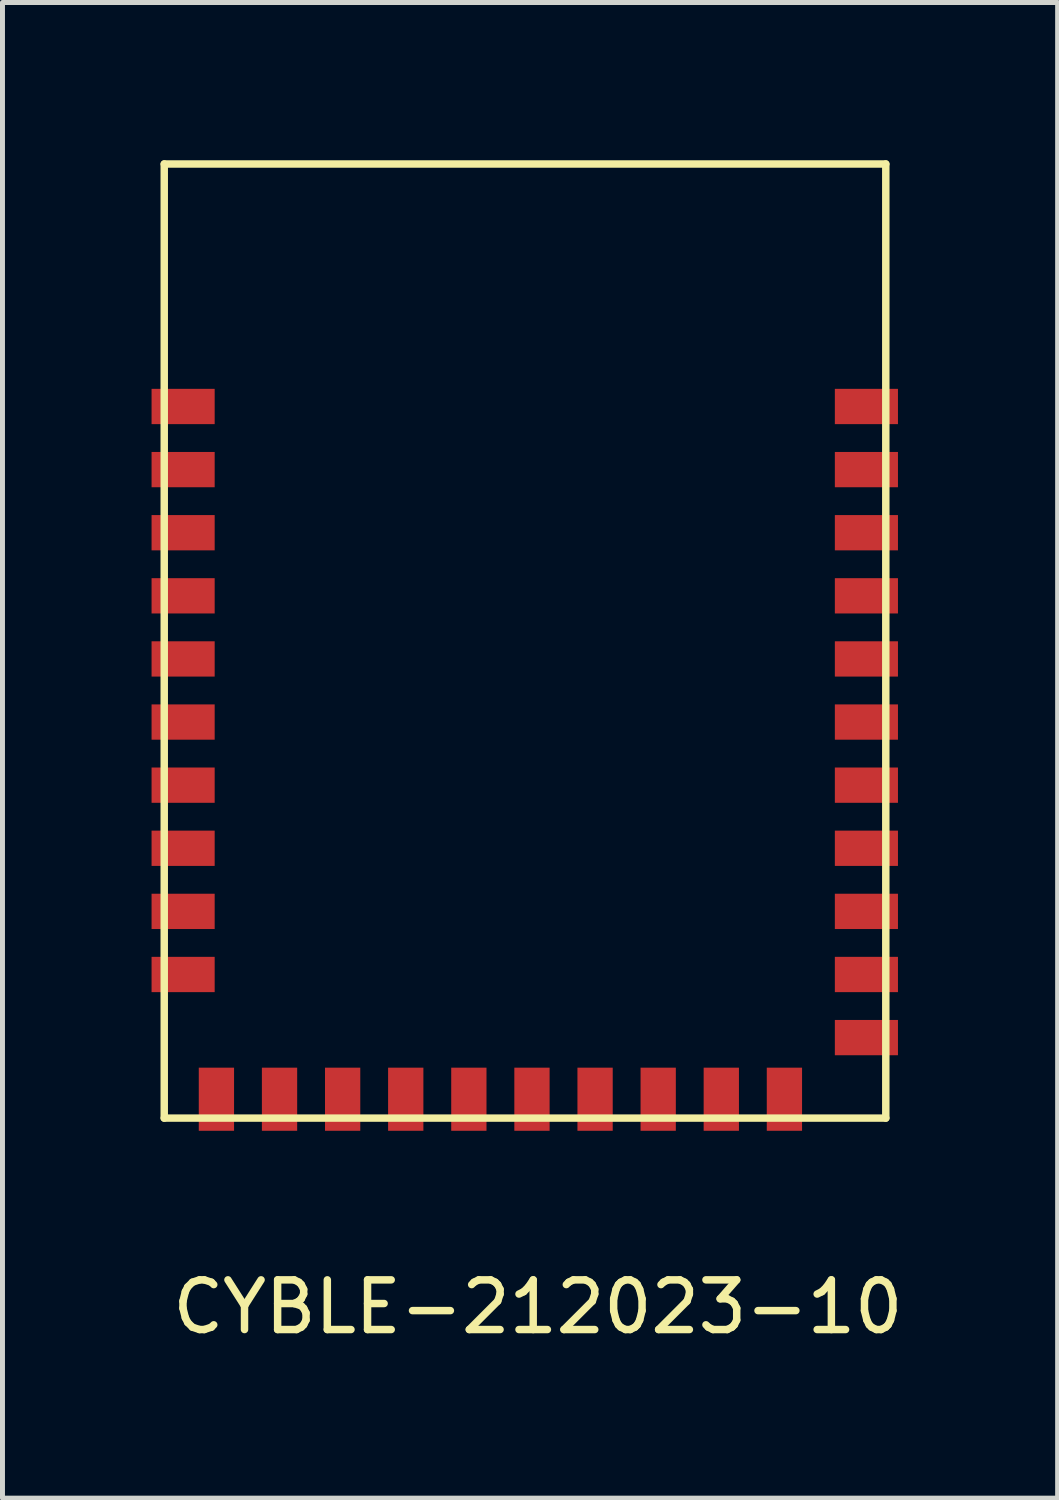
<source format=kicad_pcb>
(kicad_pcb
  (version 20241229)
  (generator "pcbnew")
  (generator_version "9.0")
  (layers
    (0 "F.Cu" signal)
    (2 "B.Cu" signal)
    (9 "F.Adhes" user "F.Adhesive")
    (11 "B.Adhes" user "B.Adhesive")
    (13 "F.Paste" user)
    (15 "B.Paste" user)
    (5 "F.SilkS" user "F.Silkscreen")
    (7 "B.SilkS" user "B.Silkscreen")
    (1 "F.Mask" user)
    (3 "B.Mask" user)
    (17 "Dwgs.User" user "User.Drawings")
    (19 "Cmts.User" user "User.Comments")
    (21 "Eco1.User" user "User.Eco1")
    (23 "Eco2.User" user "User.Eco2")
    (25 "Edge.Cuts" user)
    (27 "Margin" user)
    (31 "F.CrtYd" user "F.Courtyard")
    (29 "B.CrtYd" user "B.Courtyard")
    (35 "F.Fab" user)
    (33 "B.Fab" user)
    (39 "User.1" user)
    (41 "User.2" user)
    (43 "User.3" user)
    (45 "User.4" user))
  (footprint "CYBLE-212023-10"
    (layer "F.Cu")
    (at 14.775 0.25)
    (property "Reference" "CYBLE-212023-10" (at -7 23 0) (layer "F.SilkS") (effects (font (size 1 1) (thickness 0.15))))
    (attr through_hole)
    (fp_line (start -14.52 0) (end -14.52 19.2) (stroke (width 0.15) (type solid)) (layer "F.SilkS"))
    (fp_line (start -14.52 19.2) (end 0 19.2) (stroke (width 0.15) (type solid)) (layer "F.SilkS"))
    (fp_line (start 0 0) (end -14.52 0) (stroke (width 0.15) (type solid)) (layer "F.SilkS"))
    (fp_line (start 0 19.2) (end 0 0) (stroke (width 0.15) (type solid)) (layer "F.SilkS"))
    (pad "1" smd rect (at -0.39 4.88) (size 1.27 0.71) (layers "F.Cu" "F.Mask" "F.Paste"))
    (pad "2" smd rect (at -0.39 6.15) (size 1.27 0.71) (layers "F.Cu" "F.Mask" "F.Paste"))
    (pad "3" smd rect (at -0.39 7.42) (size 1.27 0.71) (layers "F.Cu" "F.Mask" "F.Paste"))
    (pad "4" smd rect (at -0.39 8.69) (size 1.27 0.71) (layers "F.Cu" "F.Mask" "F.Paste"))
    (pad "5" smd rect (at -0.39 9.96) (size 1.27 0.71) (layers "F.Cu" "F.Mask" "F.Paste"))
    (pad "6" smd rect (at -0.39 11.23) (size 1.27 0.71) (layers "F.Cu" "F.Mask" "F.Paste"))
    (pad "7" smd rect (at -0.39 12.5) (size 1.27 0.71) (layers "F.Cu" "F.Mask" "F.Paste"))
    (pad "8" smd rect (at -0.39 13.77) (size 1.27 0.71) (layers "F.Cu" "F.Mask" "F.Paste"))
    (pad "9" smd rect (at -0.39 15.04) (size 1.27 0.71) (layers "F.Cu" "F.Mask" "F.Paste"))
    (pad "10" smd rect (at -0.39 16.31) (size 1.27 0.71) (layers "F.Cu" "F.Mask" "F.Paste"))
    (pad "11" smd rect (at -0.39 17.58) (size 1.27 0.71) (layers "F.Cu" "F.Mask" "F.Paste"))
    (pad "12" smd rect (at -2.04 18.82 90) (size 1.27 0.71) (layers "F.Cu" "F.Mask" "F.Paste"))
    (pad "13" smd rect (at -3.31 18.82 90) (size 1.27 0.71) (layers "F.Cu" "F.Mask" "F.Paste"))
    (pad "14" smd rect (at -4.58 18.82 90) (size 1.27 0.71) (layers "F.Cu" "F.Mask" "F.Paste"))
    (pad "15" smd rect (at -5.85 18.82 90) (size 1.27 0.71) (layers "F.Cu" "F.Mask" "F.Paste"))
    (pad "16" smd rect (at -7.12 18.82 90) (size 1.27 0.71) (layers "F.Cu" "F.Mask" "F.Paste"))
    (pad "17" smd rect (at -8.39 18.82 90) (size 1.27 0.71) (layers "F.Cu" "F.Mask" "F.Paste"))
    (pad "18" smd rect (at -9.66 18.82 90) (size 1.27 0.71) (layers "F.Cu" "F.Mask" "F.Paste"))
    (pad "19" smd rect (at -10.93 18.82 90) (size 1.27 0.71) (layers "F.Cu" "F.Mask" "F.Paste"))
    (pad "20" smd rect (at -12.2 18.82 90) (size 1.27 0.71) (layers "F.Cu" "F.Mask" "F.Paste"))
    (pad "21" smd rect (at -13.47 18.82 90) (size 1.27 0.71) (layers "F.Cu" "F.Mask" "F.Paste"))
    (pad "22" smd rect (at -14.14 16.31) (size 1.27 0.71) (layers "F.Cu" "F.Mask" "F.Paste"))
    (pad "23" smd rect (at -14.14 15.04) (size 1.27 0.71) (layers "F.Cu" "F.Mask" "F.Paste"))
    (pad "24" smd rect (at -14.14 13.77) (size 1.27 0.71) (layers "F.Cu" "F.Mask" "F.Paste"))
    (pad "25" smd rect (at -14.14 12.5) (size 1.27 0.71) (layers "F.Cu" "F.Mask" "F.Paste"))
    (pad "26" smd rect (at -14.14 11.23) (size 1.27 0.71) (layers "F.Cu" "F.Mask" "F.Paste"))
    (pad "27" smd rect (at -14.14 9.96) (size 1.27 0.71) (layers "F.Cu" "F.Mask" "F.Paste"))
    (pad "28" smd rect (at -14.14 8.69) (size 1.27 0.71) (layers "F.Cu" "F.Mask" "F.Paste"))
    (pad "29" smd rect (at -14.14 7.42) (size 1.27 0.71) (layers "F.Cu" "F.Mask" "F.Paste"))
    (pad "30" smd rect (at -14.14 6.15) (size 1.27 0.71) (layers "F.Cu" "F.Mask" "F.Paste"))
    (pad "31" smd rect (at -14.14 4.88) (size 1.27 0.71) (layers "F.Cu" "F.Mask" "F.Paste")))
  (gr_rect
    (start -3 -3)
    (end 18.233 27.098)
    (stroke (width 0.1) (type default))
    (fill no)
    (layer "Edge.Cuts")))
</source>
